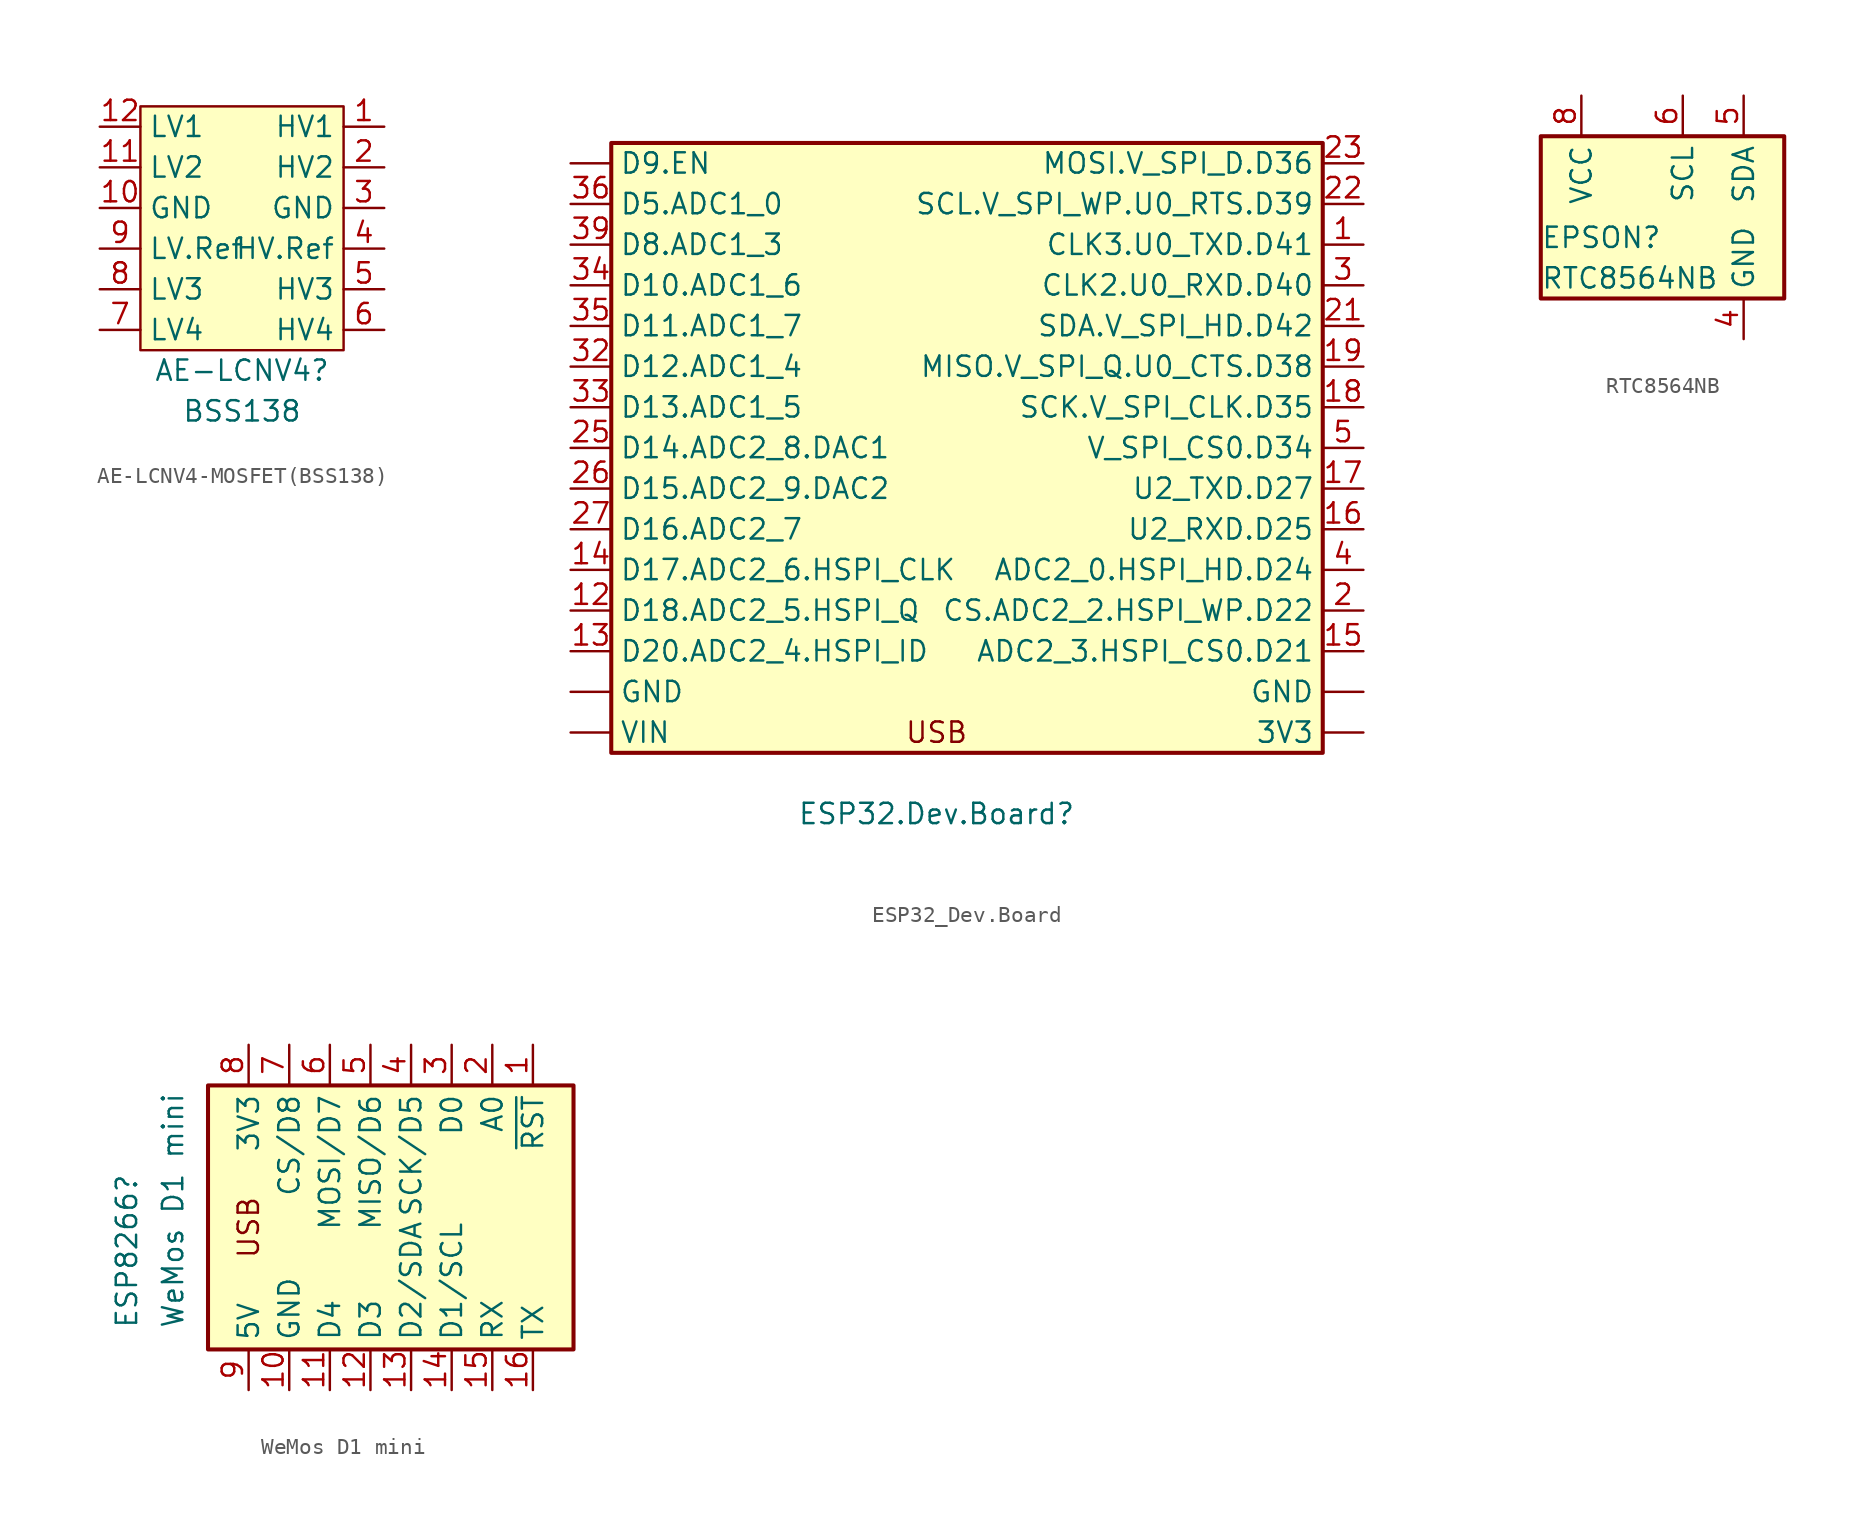
<source format=kicad_sym>
(kicad_symbol_lib
  (version 20220914)
  (generator kicad_symbol_editor)
  (symbol "AE-LCNV4-MOSFET(BSS138)"
    (property "Reference" "AE-LCNV4"
      (at 0 0 0)
      (effects (font (size 1.27 1.27))))
    (property "Value" "BSS138"
      (at 0 -2.54 0)
      (effects (font (size 1.27 1.27))))
    (symbol "AE-LCNV4-MOSFET(BSS138)_1_0"
      (pin bidirectional line (at 8.89 15.24 180) (length 2.54) (name "HV1" (effects (font (size 1.27 1.27)))) (number "1" (effects (font (size 1.27 1.27)))))
      (pin input line (at -8.89 10.16 0) (length 2.54) (name "GND" (effects (font (size 1.27 1.27)))) (number "10" (effects (font (size 1.27 1.27)))))
      (pin bidirectional line (at -8.89 12.7 0) (length 2.54) (name "LV2" (effects (font (size 1.27 1.27)))) (number "11" (effects (font (size 1.27 1.27)))))
      (pin bidirectional line (at -8.89 15.24 0) (length 2.54) (name "LV1" (effects (font (size 1.27 1.27)))) (number "12" (effects (font (size 1.27 1.27)))))
      (pin bidirectional line (at 8.89 12.7 180) (length 2.54) (name "HV2" (effects (font (size 1.27 1.27)))) (number "2" (effects (font (size 1.27 1.27)))))
      (pin input line (at 8.89 10.16 180) (length 2.54) (name "GND" (effects (font (size 1.27 1.27)))) (number "3" (effects (font (size 1.27 1.27)))))
      (pin input line (at 8.89 7.62 180) (length 2.54) (name "HV.Ref" (effects (font (size 1.27 1.27)))) (number "4" (effects (font (size 1.27 1.27)))))
      (pin bidirectional line (at 8.89 5.08 180) (length 2.54) (name "HV3" (effects (font (size 1.27 1.27)))) (number "5" (effects (font (size 1.27 1.27)))))
      (pin bidirectional line (at 8.89 2.54 180) (length 2.54) (name "HV4" (effects (font (size 1.27 1.27)))) (number "6" (effects (font (size 1.27 1.27)))))
      (pin bidirectional line (at -8.89 2.54 0) (length 2.54) (name "LV4" (effects (font (size 1.27 1.27)))) (number "7" (effects (font (size 1.27 1.27)))))
      (pin bidirectional line (at -8.89 5.08 0) (length 2.54) (name "LV3" (effects (font (size 1.27 1.27)))) (number "8" (effects (font (size 1.27 1.27)))))
      (pin input line (at -8.89 7.62 0) (length 2.54) (name "LV.Ref" (effects (font (size 1.27 1.27)))) (number "9" (effects (font (size 1.27 1.27))))))
    (symbol "AE-LCNV4-MOSFET(BSS138)_1_1"
      (rectangle (start -6.35 16.51) (end 6.35 1.27) (stroke (width 0) (type default)) (fill (type background)))))
  (symbol "ESP32_Dev.Board"
    (property "Reference" "ESP32.Dev.Board"
      (at -1.27 -25.4 0)
      (effects (font (size 1.27 1.27))))
    (property "Value" ""
      (at -24.13 -20.32 0)
      (effects (font (size 1.27 1.27))))
    (symbol "ESP32_Dev.Board_1_0"
      (pin bidirectional line (at -24.13 12.7 0) (length 2.54) (name "D5.ADC1_0" (effects (font (size 1.27 1.27)))) (number "36" (effects (font (size 1.27 1.27))))))
    (symbol "ESP32_Dev.Board_1_1"
      (rectangle (start -21.59 16.51) (end 22.86 -21.59) (stroke (width 0.254) (type default)) (fill (type background)))
      (text "USB" (at -1.27 -20.32 0) (effects (font (size 1.27 1.27))))
      (pin power_out line (at 25.4 -20.32 180) (length 2.54) (name "3V3" (effects (font (size 1.27 1.27)))) (number "" (effects (font (size 1.27 1.27)))))
      (pin input line (at -24.13 15.24 0) (length 2.54) (name "D9.EN" (effects (font (size 1.27 1.27)))) (number "" (effects (font (size 1.27 1.27)))))
      (pin power_out line (at -24.13 -17.78 0) (length 2.54) (name "GND" (effects (font (size 1.27 1.27)))) (number "" (effects (font (size 1.27 1.27)))))
      (pin power_out line (at 25.4 -17.78 180) (length 2.54) (name "GND" (effects (font (size 1.27 1.27)))) (number "" (effects (font (size 1.27 1.27)))))
      (pin power_in line (at -24.13 -20.32 0) (length 2.54) (name "VIN" (effects (font (size 1.27 1.27)))) (number "" (effects (font (size 1.27 1.27)))))
      (pin bidirectional line (at 25.4 10.16 180) (length 2.54) (name "CLK3.U0_TXD.D41" (effects (font (size 1.27 1.27)))) (number "1" (effects (font (size 1.27 1.27)))))
      (pin bidirectional line (at -24.13 -12.7 0) (length 2.54) (name "D18.ADC2_5.HSPI_Q" (effects (font (size 1.27 1.27)))) (number "12" (effects (font (size 1.27 1.27)))))
      (pin bidirectional line (at -24.13 -15.24 0) (length 2.54) (name "D20.ADC2_4.HSPI_ID" (effects (font (size 1.27 1.27)))) (number "13" (effects (font (size 1.27 1.27)))))
      (pin bidirectional line (at -24.13 -10.16 0) (length 2.54) (name "D17.ADC2_6.HSPI_CLK" (effects (font (size 1.27 1.27)))) (number "14" (effects (font (size 1.27 1.27)))))
      (pin bidirectional line (at 25.4 -15.24 180) (length 2.54) (name "ADC2_3.HSPI_CS0.D21" (effects (font (size 1.27 1.27)))) (number "15" (effects (font (size 1.27 1.27)))))
      (pin bidirectional line (at 25.4 -7.62 180) (length 2.54) (name "U2_RXD.D25" (effects (font (size 1.27 1.27)))) (number "16" (effects (font (size 1.27 1.27)))))
      (pin bidirectional line (at 25.4 -5.08 180) (length 2.54) (name "U2_TXD.D27" (effects (font (size 1.27 1.27)))) (number "17" (effects (font (size 1.27 1.27)))))
      (pin bidirectional line (at 25.4 0 180) (length 2.54) (name "SCK.V_SPI_CLK.D35" (effects (font (size 1.27 1.27)))) (number "18" (effects (font (size 1.27 1.27)))))
      (pin bidirectional line (at 25.4 2.54 180) (length 2.54) (name "MISO.V_SPI_Q.U0_CTS.D38" (effects (font (size 1.27 1.27)))) (number "19" (effects (font (size 1.27 1.27)))))
      (pin bidirectional line (at 25.4 -12.7 180) (length 2.54) (name "CS.ADC2_2.HSPI_WP.D22" (effects (font (size 1.27 1.27)))) (number "2" (effects (font (size 1.27 1.27)))))
      (pin bidirectional line (at 25.4 5.08 180) (length 2.54) (name "SDA.V_SPI_HD.D42" (effects (font (size 1.27 1.27)))) (number "21" (effects (font (size 1.27 1.27)))))
      (pin bidirectional line (at 25.4 12.7 180) (length 2.54) (name "SCL.V_SPI_WP.U0_RTS.D39" (effects (font (size 1.27 1.27)))) (number "22" (effects (font (size 1.27 1.27)))))
      (pin bidirectional line (at 25.4 15.24 180) (length 2.54) (name "MOSI.V_SPI_D.D36" (effects (font (size 1.27 1.27)))) (number "23" (effects (font (size 1.27 1.27)))))
      (pin bidirectional line (at -24.13 -2.54 0) (length 2.54) (name "D14.ADC2_8.DAC1" (effects (font (size 1.27 1.27)))) (number "25" (effects (font (size 1.27 1.27)))))
      (pin bidirectional line (at -24.13 -5.08 0) (length 2.54) (name "D15.ADC2_9.DAC2" (effects (font (size 1.27 1.27)))) (number "26" (effects (font (size 1.27 1.27)))))
      (pin bidirectional line (at -24.13 -7.62 0) (length 2.54) (name "D16.ADC2_7" (effects (font (size 1.27 1.27)))) (number "27" (effects (font (size 1.27 1.27)))))
      (pin bidirectional line (at 25.4 7.62 180) (length 2.54) (name "CLK2.U0_RXD.D40" (effects (font (size 1.27 1.27)))) (number "3" (effects (font (size 1.27 1.27)))))
      (pin bidirectional line (at -24.13 2.54 0) (length 2.54) (name "D12.ADC1_4" (effects (font (size 1.27 1.27)))) (number "32" (effects (font (size 1.27 1.27)))))
      (pin bidirectional line (at -24.13 0 0) (length 2.54) (name "D13.ADC1_5" (effects (font (size 1.27 1.27)))) (number "33" (effects (font (size 1.27 1.27)))))
      (pin bidirectional line (at -24.13 7.62 0) (length 2.54) (name "D10.ADC1_6" (effects (font (size 1.27 1.27)))) (number "34" (effects (font (size 1.27 1.27)))))
      (pin bidirectional line (at -24.13 5.08 0) (length 2.54) (name "D11.ADC1_7" (effects (font (size 1.27 1.27)))) (number "35" (effects (font (size 1.27 1.27)))))
      (pin bidirectional line (at -24.13 10.16 0) (length 2.54) (name "D8.ADC1_3" (effects (font (size 1.27 1.27)))) (number "39" (effects (font (size 1.27 1.27)))))
      (pin bidirectional line (at 25.4 -10.16 180) (length 2.54) (name "ADC2_0.HSPI_HD.D24" (effects (font (size 1.27 1.27)))) (number "4" (effects (font (size 1.27 1.27)))))
      (pin bidirectional line (at 25.4 -2.54 180) (length 2.54) (name "V_SPI_CS0.D34" (effects (font (size 1.27 1.27)))) (number "5" (effects (font (size 1.27 1.27)))))))
  (symbol "RTC8564NB"
    (property "Reference" "EPSON"
      (at -7.62 -1.27 0)
      (effects (font (size 1.27 1.27)) (justify left)))
    (property "Value" "RTC8564NB"
      (at -7.62 -3.81 0)
      (effects (font (size 1.27 1.27)) (justify left)))
    (symbol "RTC8564NB_1_1"
      (rectangle (start -7.62 5.08) (end 7.62 -5.08) (stroke (width 0.254) (type default)) (fill (type background)))
      (pin power_in line (at 5.08 -7.62 90) (length 2.54) (name "GND" (effects (font (size 1.27 1.27)))) (number "4" (effects (font (size 1.27 1.27)))))
      (pin bidirectional line (at 5.08 7.62 270) (length 2.54) (name "SDA" (effects (font (size 1.27 1.27)))) (number "5" (effects (font (size 1.27 1.27)))))
      (pin input line (at 1.27 7.62 270) (length 2.54) (name "SCL" (effects (font (size 1.27 1.27)))) (number "6" (effects (font (size 1.27 1.27)))))
      (pin power_in line (at -5.08 7.62 270) (length 2.54) (name "VCC" (effects (font (size 1.27 1.27)))) (number "8" (effects (font (size 1.27 1.27)))))))
  (symbol "WeMos D1 mini"
    (property "Reference" "ESP8266"
      (at 2.54 -8.89 90)
      (effects (font (size 1.27 1.27)) (justify left)))
    (property "Value" "WeMos D1 mini"
      (at 5.426 -8.89 90)
      (effects (font (size 1.27 1.27)) (justify left)))
    (symbol "WeMos D1 mini_1_1"
      (rectangle (start 7.62 6.35) (end 30.48 -10.16) (stroke (width 0.254) (type default)) (fill (type background)))
      (text "USB" (at 10.16 -2.54 900) (effects (font (size 1.27 1.27))))
      (pin input line (at 27.94 8.89 270) (length 2.54) (name "~{RST}" (effects (font (size 1.27 1.27)))) (number "1" (effects (font (size 1.27 1.27)))))
      (pin power_in line (at 12.7 -12.7 90) (length 2.54) (name "GND" (effects (font (size 1.27 1.27)))) (number "10" (effects (font (size 1.27 1.27)))))
      (pin bidirectional line (at 15.24 -12.7 90) (length 2.54) (name "D4" (effects (font (size 1.27 1.27)))) (number "11" (effects (font (size 1.27 1.27)))))
      (pin bidirectional line (at 17.78 -12.7 90) (length 2.54) (name "D3" (effects (font (size 1.27 1.27)))) (number "12" (effects (font (size 1.27 1.27)))))
      (pin bidirectional line (at 20.32 -12.7 90) (length 2.54) (name "D2/SDA" (effects (font (size 1.27 1.27)))) (number "13" (effects (font (size 1.27 1.27)))))
      (pin bidirectional line (at 22.86 -12.7 90) (length 2.54) (name "D1/SCL" (effects (font (size 1.27 1.27)))) (number "14" (effects (font (size 1.27 1.27)))))
      (pin input line (at 25.4 -12.7 90) (length 2.54) (name "RX" (effects (font (size 1.27 1.27)))) (number "15" (effects (font (size 1.27 1.27)))))
      (pin output line (at 27.94 -12.7 90) (length 2.54) (name "TX" (effects (font (size 1.27 1.27)))) (number "16" (effects (font (size 1.27 1.27)))))
      (pin input line (at 25.4 8.89 270) (length 2.54) (name "A0" (effects (font (size 1.27 1.27)))) (number "2" (effects (font (size 1.27 1.27)))))
      (pin bidirectional line (at 22.86 8.89 270) (length 2.54) (name "D0" (effects (font (size 1.27 1.27)))) (number "3" (effects (font (size 1.27 1.27)))))
      (pin bidirectional line (at 20.32 8.89 270) (length 2.54) (name "SCK/D5" (effects (font (size 1.27 1.27)))) (number "4" (effects (font (size 1.27 1.27)))))
      (pin bidirectional line (at 17.78 8.89 270) (length 2.54) (name "MISO/D6" (effects (font (size 1.27 1.27)))) (number "5" (effects (font (size 1.27 1.27)))))
      (pin bidirectional line (at 15.24 8.89 270) (length 2.54) (name "MOSI/D7" (effects (font (size 1.27 1.27)))) (number "6" (effects (font (size 1.27 1.27)))))
      (pin bidirectional line (at 12.7 8.89 270) (length 2.54) (name "CS/D8" (effects (font (size 1.27 1.27)))) (number "7" (effects (font (size 1.27 1.27)))))
      (pin power_out line (at 10.16 8.89 270) (length 2.54) (name "3V3" (effects (font (size 1.27 1.27)))) (number "8" (effects (font (size 1.27 1.27)))))
      (pin power_in line (at 10.16 -12.7 90) (length 2.54) (name "5V" (effects (font (size 1.27 1.27)))) (number "9" (effects (font (size 1.27 1.27))))))))
</source>
